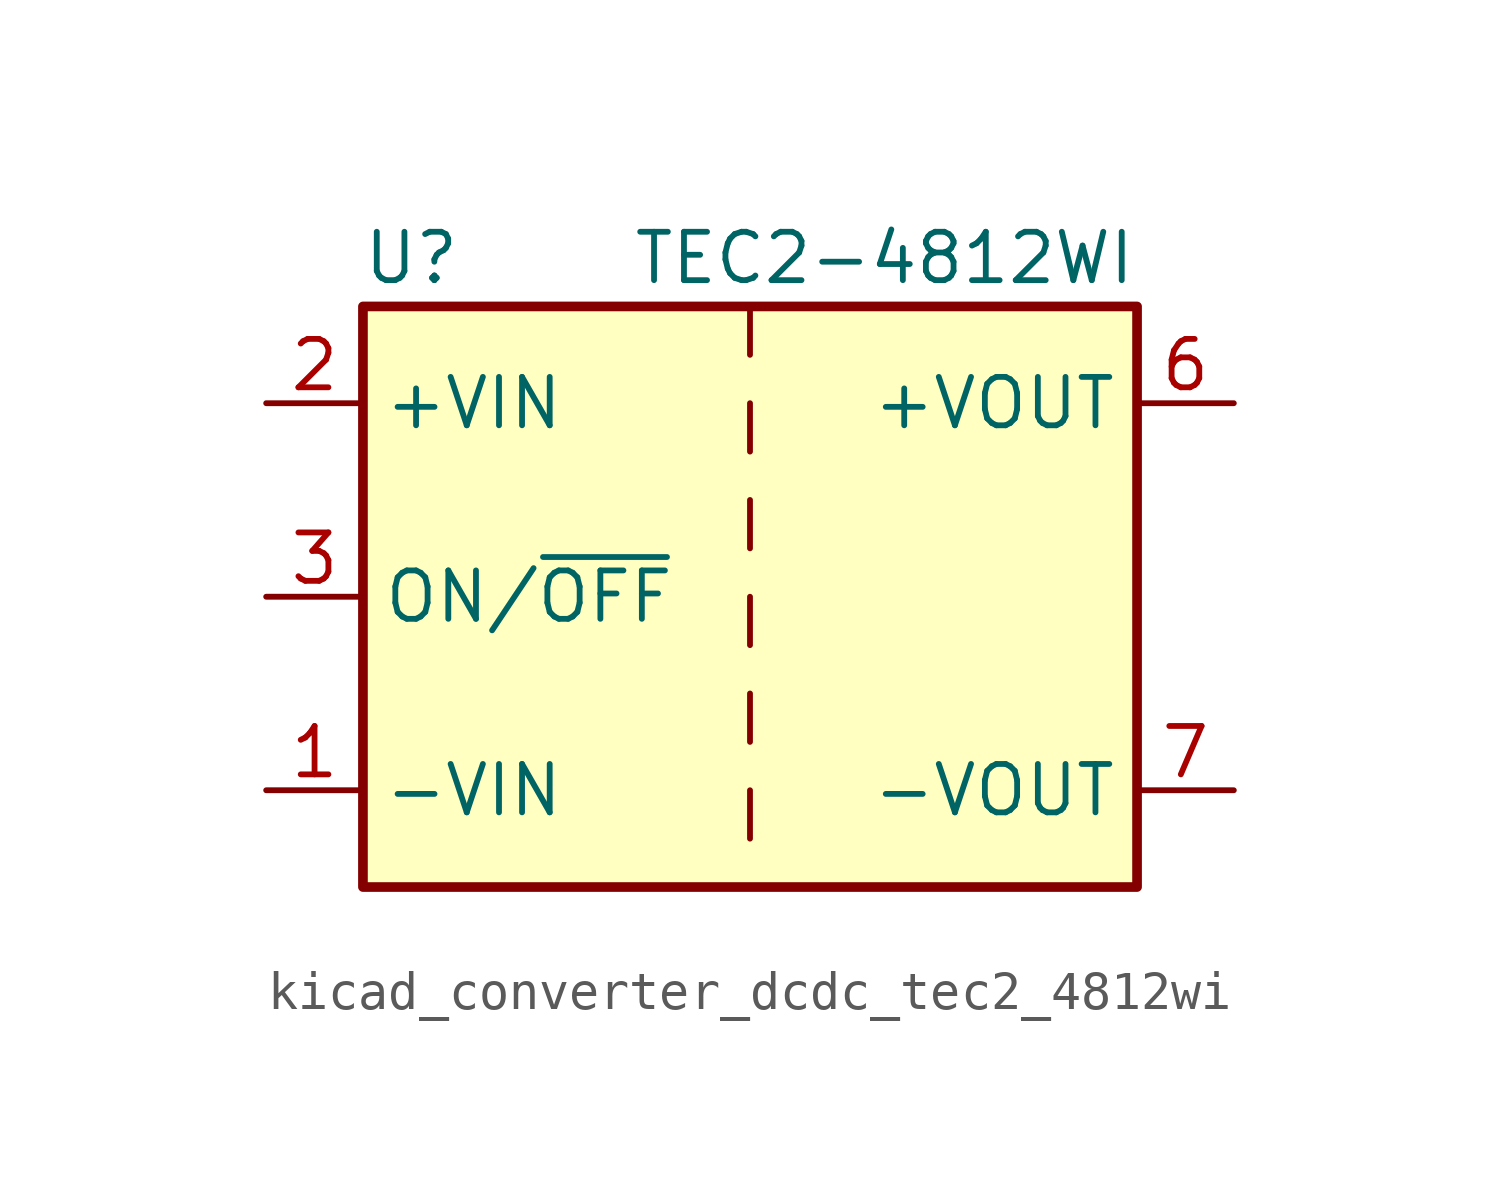
<source format=kicad_sym>
(kicad_symbol_lib
  (version 20220914)
  (generator kicad_symbol_editor)
  (symbol "kicad_converter_dcdc_tec2_4812wi"
    (property "Reference" "U"
      (at -8.89 8.89 0)
      (effects (font (size 1.27 1.27))))
    (property "Value" "TEC2-4812WI"
      (at 10.16 8.89 0)
      (effects (font (size 1.27 1.27)) (justify right)))
    (symbol "kicad_converter_dcdc_tec2_4812wi_0_1"
      (rectangle (start -10.16 7.62) (end 10.16 -7.62) (stroke (width 0.254) (type default)) (fill (type background)))
      (polyline (pts (xy 0 -5.08) (xy 0 -6.35)) (stroke (width 0) (type default)) (fill (type none)))
      (polyline (pts (xy 0 -2.54) (xy 0 -3.81)) (stroke (width 0) (type default)) (fill (type none)))
      (polyline (pts (xy 0 0) (xy 0 -1.27)) (stroke (width 0) (type default)) (fill (type none)))
      (polyline (pts (xy 0 2.54) (xy 0 1.27)) (stroke (width 0) (type default)) (fill (type none)))
      (polyline (pts (xy 0 5.08) (xy 0 3.81)) (stroke (width 0) (type default)) (fill (type none)))
      (polyline (pts (xy 0 7.62) (xy 0 6.35)) (stroke (width 0) (type default)) (fill (type none))))
    (symbol "kicad_converter_dcdc_tec2_4812wi_1_1"
      (pin power_in line (at -12.7 -5.08 0) (length 2.54) (name "-VIN" (effects (font (size 1.27 1.27)))) (number "1" (effects (font (size 1.27 1.27)))))
      (pin power_in line (at -12.7 5.08 0) (length 2.54) (name "+VIN" (effects (font (size 1.27 1.27)))) (number "2" (effects (font (size 1.27 1.27)))))
      (pin input line (at -12.7 0 0) (length 2.54) (name "ON/~{OFF}" (effects (font (size 1.27 1.27)))) (number "3" (effects (font (size 1.27 1.27)))))
      (pin no_connect line (at 10.16 2.54 180) (length 2.54) hide (name "NC" (effects (font (size 1.27 1.27)))) (number "5" (effects (font (size 1.27 1.27)))))
      (pin power_out line (at 12.7 5.08 180) (length 2.54) (name "+VOUT" (effects (font (size 1.27 1.27)))) (number "6" (effects (font (size 1.27 1.27)))))
      (pin power_out line (at 12.7 -5.08 180) (length 2.54) (name "-VOUT" (effects (font (size 1.27 1.27)))) (number "7" (effects (font (size 1.27 1.27)))))
      (pin no_connect line (at 10.16 0 180) (length 2.54) hide (name "NC" (effects (font (size 1.27 1.27)))) (number "8" (effects (font (size 1.27 1.27))))))))
</source>
